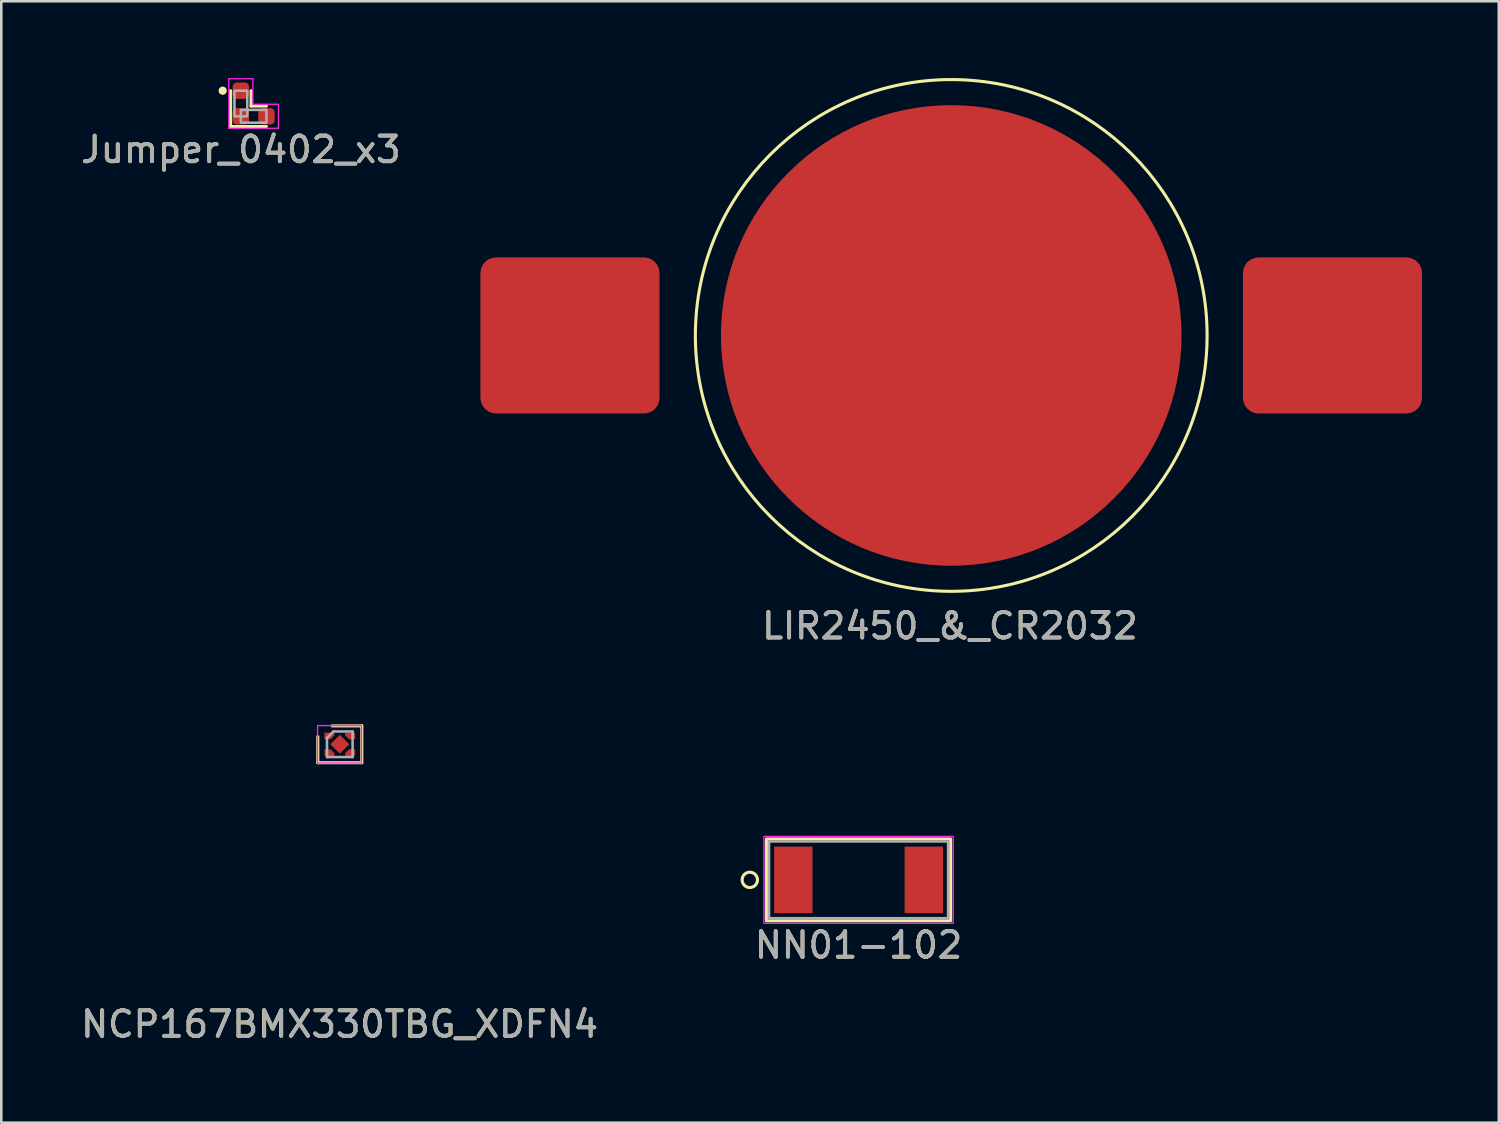
<source format=kicad_pcb>
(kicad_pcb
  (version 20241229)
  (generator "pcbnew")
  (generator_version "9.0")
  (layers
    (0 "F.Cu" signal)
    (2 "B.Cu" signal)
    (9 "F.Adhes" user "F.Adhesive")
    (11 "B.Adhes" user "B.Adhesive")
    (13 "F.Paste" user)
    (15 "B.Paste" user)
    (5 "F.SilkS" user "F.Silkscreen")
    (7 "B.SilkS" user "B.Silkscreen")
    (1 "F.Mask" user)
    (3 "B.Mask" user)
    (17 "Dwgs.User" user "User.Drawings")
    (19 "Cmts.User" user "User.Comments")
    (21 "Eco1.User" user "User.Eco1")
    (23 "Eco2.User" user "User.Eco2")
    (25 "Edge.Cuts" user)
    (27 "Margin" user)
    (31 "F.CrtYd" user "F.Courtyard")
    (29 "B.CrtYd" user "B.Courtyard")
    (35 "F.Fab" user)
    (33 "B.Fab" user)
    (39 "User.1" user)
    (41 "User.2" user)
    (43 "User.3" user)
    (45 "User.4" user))
  (footprint "LIR2450_&_CR2032"
    (layer "F.Cu")
    (at 34.126 10.06)
    (property "Reference" "LIR2450_&_CR2032" (at -0.05 11.35 0) (unlocked yes) (layer "F.SilkS") (effects (font (size 1 1) (thickness 0.15))))
    (attr smd)
    (fp_circle (center 0 0) (end 10 0) (stroke (width 0.12) (type solid)) (fill no) (layer "F.SilkS"))
    (fp_text user "${REFERENCE}" (at -0.05 11.35 0) (unlocked yes) (layer "F.Fab") (effects (font (size 1 1) (thickness 0.15))))
    (pad "1" smd roundrect (at -14.9 0) (size 7 6.1) (layers "F.Cu" "F.Mask" "F.Paste") (roundrect_rratio 0.1))
    (pad "1" smd roundrect (at 14.9 0) (size 7 6.1) (layers "F.Cu" "F.Mask" "F.Paste") (roundrect_rratio 0.1))
    (pad "2" smd circle (at 0 0) (size 18 18) (layers "F.Cu" "F.Mask" "F.Paste")))
  (footprint "NCP167BMX330TBG_XDFN4"
    (layer "F.Cu")
    (at 10.23 26.038)
    (property "Reference" "NCP167BMX330TBG_XDFN4" (at -0.01 10.94 0) (unlocked yes) (layer "F.SilkS") (effects (font (size 1 1) (thickness 0.15))))
    (attr smd)
    (fp_line (start -0.86 0.72) (end -0.86 -0.3) (stroke (width 0.12) (type solid)) (layer "F.SilkS"))
    (fp_line (start -0.3 -0.72) (end 0.86 -0.72) (stroke (width 0.12) (type solid)) (layer "F.SilkS"))
    (fp_line (start 0.86 -0.72) (end 0.86 0.72) (stroke (width 0.12) (type solid)) (layer "F.SilkS"))
    (fp_line (start 0.86 0.72) (end -0.86 0.72) (stroke (width 0.12) (type solid)) (layer "F.SilkS"))
    (fp_line (start -0.87 -0.73) (end 0.85 -0.73) (stroke (width 0.05) (type solid)) (layer "F.CrtYd"))
    (fp_line (start -0.87 0.73) (end -0.87 -0.73) (stroke (width 0.05) (type solid)) (layer "F.CrtYd"))
    (fp_line (start 0.85 -0.73) (end 0.85 0.73) (stroke (width 0.05) (type solid)) (layer "F.CrtYd"))
    (fp_line (start 0.85 0.73) (end -0.87 0.73) (stroke (width 0.05) (type solid)) (layer "F.CrtYd"))
    (fp_line (start -0.5 -0.25) (end -0.5 0.5) (stroke (width 0.1) (type solid)) (layer "F.Fab"))
    (fp_line (start -0.5 0.5) (end 0.5 0.5) (stroke (width 0.1) (type solid)) (layer "F.Fab"))
    (fp_line (start -0.25 -0.5) (end -0.5 -0.25) (stroke (width 0.1) (type solid)) (layer "F.Fab"))
    (fp_line (start 0.5 -0.5) (end -0.25 -0.5) (stroke (width 0.1) (type solid)) (layer "F.Fab"))
    (fp_line (start 0.5 0.5) (end 0.5 -0.5) (stroke (width 0.1) (type solid)) (layer "F.Fab"))
    (fp_text user "${REFERENCE}" (at 0 10.94 0) (unlocked yes) (layer "F.Fab") (effects (font (size 1 1) (thickness 0.15))))
    (pad "1" smd custom (at -0.485 -0.325 270) (size 0.26 0.23) (layers "F.Cu" "F.Mask" "F.Paste") (options (anchor rect)) (primitives (gr_poly (pts (xy 0.13 -0.115) (xy -0.13 -0.115) (xy -0.13 -0.275) (xy -0.02 -0.275)) (width 0) (fill yes))))
    (pad "2" smd custom (at -0.485 0.325 270) (size 0.26 0.23) (layers "F.Cu" "F.Mask" "F.Paste") (options (anchor rect)) (primitives (gr_poly (pts (xy 0.13 -0.115) (xy -0.13 -0.115) (xy 0.02 -0.275) (xy 0.13 -0.275)) (width 0) (fill yes))))
    (pad "3" smd custom (at 0.485 0.325 90) (size 0.26 0.23) (layers "F.Cu" "F.Mask" "F.Paste") (options (anchor rect)) (primitives (gr_poly (pts (xy 0.13 -0.115) (xy -0.13 -0.115) (xy -0.13 -0.275) (xy -0.02 -0.275)) (width 0) (fill yes))))
    (pad "4" smd custom (at 0.485 -0.325 90) (size 0.26 0.23) (layers "F.Cu" "F.Mask" "F.Paste") (options (anchor rect)) (primitives (gr_poly (pts (xy 0.13 -0.115) (xy -0.13 -0.115) (xy 0.02 -0.275) (xy 0.13 -0.275)) (width 0) (fill yes))))
    (pad "5" smd rect (at 0 0 135) (size 0.52 0.52) (layers "F.Cu" "F.Mask" "F.Paste")))
  (footprint "NN01-102"
    (layer "F.Cu")
    (at 30.504 31.337)
    (property "Reference" "NN01-102" (at 0 2.55 0) (unlocked yes) (layer "F.SilkS") (effects (font (size 1 1) (thickness 0.15))))
    (attr smd)
    (fp_rect (start -3.6 -1.6) (end 3.6 1.6) (stroke (width 0.12) (type solid)) (fill no) (layer "F.SilkS"))
    (fp_circle (center -4.25 0) (end -3.95 0) (stroke (width 0.12) (type solid)) (fill no) (layer "F.SilkS"))
    (fp_rect (start -6.5 -4.5) (end 6.5 4.5) (stroke (width 0.05) (type solid)) (fill no) (layer "Eco1.User"))
    (fp_rect (start -3.7 -1.7) (end 3.7 1.7) (stroke (width 0.05) (type solid)) (fill no) (layer "F.CrtYd"))
    (fp_rect (start -3.5 -1.5) (end 3.5 1.5) (stroke (width 0.1) (type solid)) (fill no) (layer "F.Fab"))
    (fp_text user "Antenna Area Free" (at 0 -5.23 0) (unlocked yes) (layer "Eco1.User") (effects (font (size 1 1) (thickness 0.15))))
    (fp_text user "${REFERENCE}" (at 0 2.55 0) (unlocked yes) (layer "F.Fab") (effects (font (size 1 1) (thickness 0.15))))
    (pad "1" smd rect (at -2.55 0) (size 1.5 2.6) (layers "F.Cu" "F.Mask" "F.Paste"))
    (pad "2" smd rect (at 2.55 0) (size 1.5 2.6) (layers "F.Cu" "F.Mask" "F.Paste")))
  (footprint "Jumper_0402_x3"
    (layer "F.Cu")
    (at 6.363 1.495)
    (property "Reference" "Jumper_0402_x3" (at 0 1.3 0) (unlocked yes) (layer "F.SilkS") (effects (font (size 1 1) (thickness 0.15))))
    (attr smd)
    (fp_line (start -0.4 -1) (end -0.4 0.4) (stroke (width 0.12) (type solid)) (layer "F.SilkS"))
    (fp_line (start -0.4 0.4) (end 1 0.4) (stroke (width 0.12) (type solid)) (layer "F.SilkS"))
    (fp_line (start 0.4 -0.4) (end 0.4 -1) (stroke (width 0.12) (type solid)) (layer "F.SilkS"))
    (fp_line (start 0.4 -0.4) (end 1 -0.4) (stroke (width 0.12) (type solid)) (layer "F.SilkS"))
    (fp_circle (center -0.71 -1) (end -0.61 -1) (stroke (width 0.12) (type solid)) (fill yes) (layer "F.SilkS"))
    (fp_line (start -0.47 -1.47) (end -0.47 0.47) (stroke (width 0.05) (type solid)) (layer "F.CrtYd"))
    (fp_line (start -0.47 0.47) (end 1.47 0.47) (stroke (width 0.05) (type solid)) (layer "F.CrtYd"))
    (fp_line (start 0.47 -1.47) (end -0.47 -1.47) (stroke (width 0.05) (type solid)) (layer "F.CrtYd"))
    (fp_line (start 0.47 -0.47) (end 0.47 -1.47) (stroke (width 0.05) (type solid)) (layer "F.CrtYd"))
    (fp_line (start 1.47 -0.47) (end 0.47 -0.47) (stroke (width 0.05) (type solid)) (layer "F.CrtYd"))
    (fp_line (start 1.47 0.47) (end 1.47 -0.47) (stroke (width 0.05) (type solid)) (layer "F.CrtYd"))
    (fp_rect (start -0.25 0) (end 0.25 -1) (stroke (width 0.1) (type solid)) (fill no) (layer "F.Fab"))
    (fp_rect (start 0 -0.25) (end 1 0.25) (stroke (width 0.1) (type solid)) (fill no) (layer "F.Fab"))
    (fp_text user "${REFERENCE}" (at 0 1.3 0) (unlocked yes) (layer "F.Fab") (effects (font (size 1 1) (thickness 0.15))))
    (pad "1" smd roundrect (at 0 -1) (size 0.64 0.64) (layers "F.Cu" "F.Mask" "F.Paste") (roundrect_rratio 0.25))
    (pad "2" smd roundrect (at 0 0) (size 0.64 0.64) (layers "F.Cu" "F.Mask" "F.Paste") (roundrect_rratio 0.25))
    (pad "3" smd roundrect (at 1 0) (size 0.64 0.64) (layers "F.Cu" "F.Mask" "F.Paste") (roundrect_rratio 0.25)))
  (gr_rect
    (start -3 -3)
    (end 55.526 40.827)
    (stroke (width 0.1) (type default))
    (fill no)
    (layer "Edge.Cuts")))
</source>
